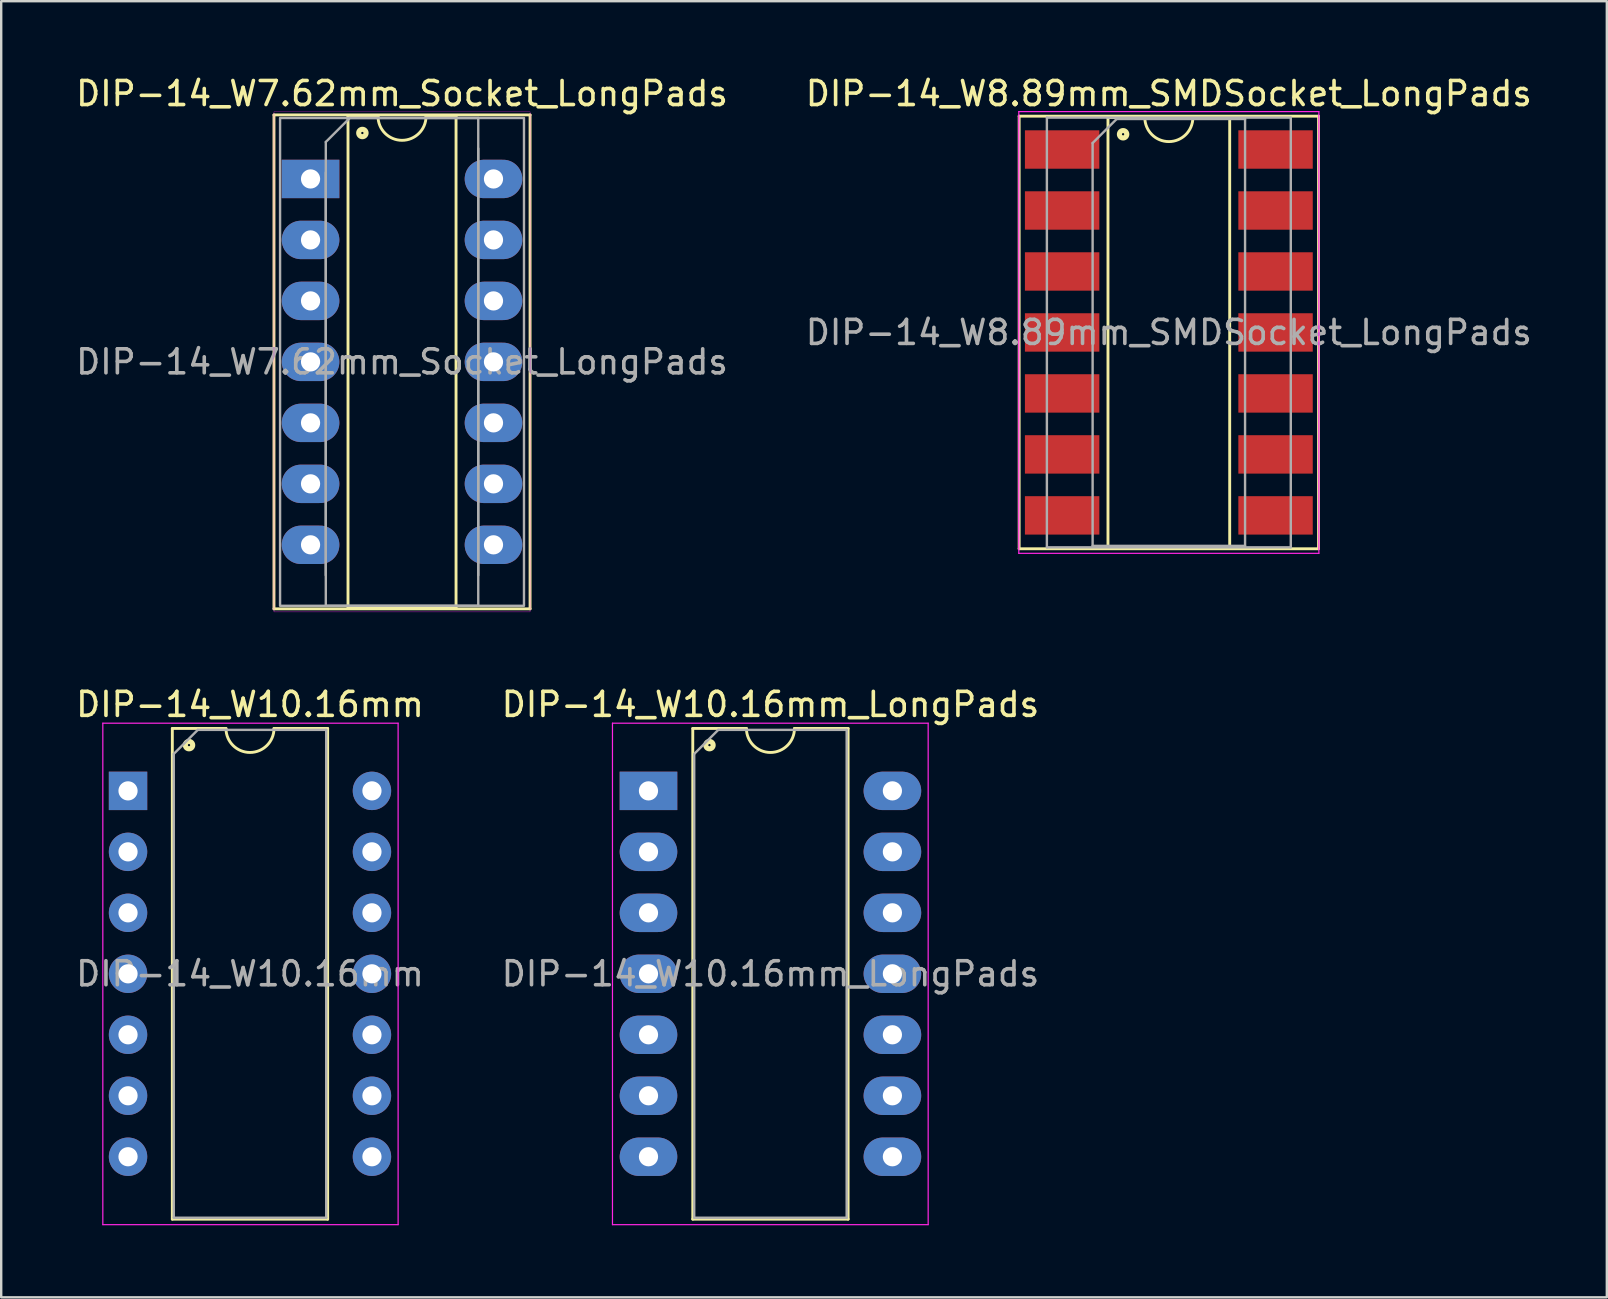
<source format=kicad_pcb>
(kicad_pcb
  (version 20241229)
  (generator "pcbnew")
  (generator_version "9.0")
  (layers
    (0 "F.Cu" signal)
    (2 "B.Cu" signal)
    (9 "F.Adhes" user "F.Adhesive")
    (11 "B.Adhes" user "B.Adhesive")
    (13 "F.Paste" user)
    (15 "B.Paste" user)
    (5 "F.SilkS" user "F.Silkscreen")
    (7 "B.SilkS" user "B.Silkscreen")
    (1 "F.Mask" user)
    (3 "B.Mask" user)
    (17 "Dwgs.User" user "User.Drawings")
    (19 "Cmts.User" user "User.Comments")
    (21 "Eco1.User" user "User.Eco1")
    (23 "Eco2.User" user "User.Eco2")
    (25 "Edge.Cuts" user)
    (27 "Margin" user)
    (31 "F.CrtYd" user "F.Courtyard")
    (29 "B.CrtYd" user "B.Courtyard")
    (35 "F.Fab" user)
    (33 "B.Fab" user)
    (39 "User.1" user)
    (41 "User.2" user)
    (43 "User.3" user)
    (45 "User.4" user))
  (footprint "DIP-14_W10.16mm_LongPads"
    (layer "F.Cu")
    (at 23.962 29.893)
    (property "Reference" "DIP-14_W10.16mm_LongPads" (at 5.08 -3.6 0) (layer "F.SilkS") (effects (font (size 1 1) (thickness 0.15))))
    (attr through_hole)
    (fp_line (start 1.845 -2.6) (end 1.845 17.84) (stroke (width 0.12) (type solid)) (layer "F.SilkS"))
    (fp_line (start 1.845 17.84) (end 8.315 17.84) (stroke (width 0.12) (type solid)) (layer "F.SilkS"))
    (fp_line (start 4.08 -2.6) (end 1.845 -2.6) (stroke (width 0.12) (type solid)) (layer "F.SilkS"))
    (fp_line (start 8.315 -2.6) (end 6.08 -2.6) (stroke (width 0.12) (type solid)) (layer "F.SilkS"))
    (fp_line (start 8.315 17.84) (end 8.315 -2.6) (stroke (width 0.12) (type solid)) (layer "F.SilkS"))
    (fp_arc (start 6.08 -2.6) (mid 5.08 -1.6) (end 4.08 -2.6) (stroke (width 0.12) (type solid)) (layer "F.SilkS"))
    (fp_circle (center 2.54 -1.905) (end 2.59 -1.905) (stroke (width 0.12) (type solid)) (fill no) (layer "F.SilkS"))
    (fp_circle (center 2.54 -1.905) (end 2.665 -1.905) (stroke (width 0.12) (type solid)) (fill no) (layer "F.SilkS"))
    (fp_circle (center 2.54 -1.905) (end 2.74 -1.905) (stroke (width 0.12) (type solid)) (fill no) (layer "F.SilkS"))
    (fp_line (start -1.5 -2.82) (end -1.5 18.07) (stroke (width 0.05) (type solid)) (layer "F.CrtYd"))
    (fp_line (start -1.5 18.07) (end 11.65 18.07) (stroke (width 0.05) (type solid)) (layer "F.CrtYd"))
    (fp_line (start 11.65 -2.82) (end -1.5 -2.82) (stroke (width 0.05) (type solid)) (layer "F.CrtYd"))
    (fp_line (start 11.65 18.07) (end 11.65 -2.82) (stroke (width 0.05) (type solid)) (layer "F.CrtYd"))
    (fp_line (start 1.905 -1.54) (end 2.905 -2.54) (stroke (width 0.1) (type solid)) (layer "F.Fab"))
    (fp_line (start 1.905 17.78) (end 1.905 -1.54) (stroke (width 0.1) (type solid)) (layer "F.Fab"))
    (fp_line (start 2.905 -2.54) (end 8.255 -2.54) (stroke (width 0.1) (type solid)) (layer "F.Fab"))
    (fp_line (start 8.255 -2.54) (end 8.255 17.78) (stroke (width 0.1) (type solid)) (layer "F.Fab"))
    (fp_line (start 8.255 17.78) (end 1.905 17.78) (stroke (width 0.1) (type solid)) (layer "F.Fab"))
    (fp_text user "${REFERENCE}" (at 5.08 7.62 0) (layer "F.Fab") (effects (font (size 1 1) (thickness 0.15))))
    (pad "1" thru_hole rect (at 0 0) (size 2.4 1.6) (drill 0.8) (layers "*.Cu" "*.Mask"))
    (pad "2" thru_hole oval (at 0 2.54) (size 2.4 1.6) (drill 0.8) (layers "*.Cu" "*.Mask"))
    (pad "3" thru_hole oval (at 0 5.08) (size 2.4 1.6) (drill 0.8) (layers "*.Cu" "*.Mask"))
    (pad "4" thru_hole oval (at 0 7.62) (size 2.4 1.6) (drill 0.8) (layers "*.Cu" "*.Mask"))
    (pad "5" thru_hole oval (at 0 10.16) (size 2.4 1.6) (drill 0.8) (layers "*.Cu" "*.Mask"))
    (pad "6" thru_hole oval (at 0 12.7) (size 2.4 1.6) (drill 0.8) (layers "*.Cu" "*.Mask"))
    (pad "7" thru_hole oval (at 0 15.24) (size 2.4 1.6) (drill 0.8) (layers "*.Cu" "*.Mask"))
    (pad "8" thru_hole oval (at 10.16 15.24) (size 2.4 1.6) (drill 0.8) (layers "*.Cu" "*.Mask"))
    (pad "9" thru_hole oval (at 10.16 12.7) (size 2.4 1.6) (drill 0.8) (layers "*.Cu" "*.Mask"))
    (pad "10" thru_hole oval (at 10.16 10.16) (size 2.4 1.6) (drill 0.8) (layers "*.Cu" "*.Mask"))
    (pad "11" thru_hole oval (at 10.16 7.62) (size 2.4 1.6) (drill 0.8) (layers "*.Cu" "*.Mask"))
    (pad "12" thru_hole oval (at 10.16 5.08) (size 2.4 1.6) (drill 0.8) (layers "*.Cu" "*.Mask"))
    (pad "13" thru_hole oval (at 10.16 2.54) (size 2.4 1.6) (drill 0.8) (layers "*.Cu" "*.Mask"))
    (pad "14" thru_hole oval (at 10.16 0) (size 2.4 1.6) (drill 0.8) (layers "*.Cu" "*.Mask")))
  (footprint "DIP-14_W8.89mm_SMDSocket_LongPads"
    (layer "F.Cu")
    (at 45.637 10.798)
    (property "Reference" "DIP-14_W8.89mm_SMDSocket_LongPads" (at 0 -9.95 0) (layer "F.SilkS") (effects (font (size 1 1) (thickness 0.15))))
    (attr smd)
    (fp_line (start -6.235 -9.01) (end -6.235 9.01) (stroke (width 0.12) (type solid)) (layer "F.SilkS"))
    (fp_line (start -6.235 9.01) (end 6.235 9.01) (stroke (width 0.12) (type solid)) (layer "F.SilkS"))
    (fp_line (start -2.535 -8.95) (end -2.535 8.95) (stroke (width 0.12) (type solid)) (layer "F.SilkS"))
    (fp_line (start -2.535 8.95) (end 2.535 8.95) (stroke (width 0.12) (type solid)) (layer "F.SilkS"))
    (fp_line (start -1 -8.95) (end -2.535 -8.95) (stroke (width 0.12) (type solid)) (layer "F.SilkS"))
    (fp_line (start 2.535 -8.95) (end 1 -8.95) (stroke (width 0.12) (type solid)) (layer "F.SilkS"))
    (fp_line (start 2.535 8.95) (end 2.535 -8.95) (stroke (width 0.12) (type solid)) (layer "F.SilkS"))
    (fp_line (start 6.235 -9.01) (end -6.235 -9.01) (stroke (width 0.12) (type solid)) (layer "F.SilkS"))
    (fp_line (start 6.235 9.01) (end 6.235 -9.01) (stroke (width 0.12) (type solid)) (layer "F.SilkS"))
    (fp_arc (start 1 -8.95) (mid 0 -7.95) (end -1 -8.95) (stroke (width 0.12) (type solid)) (layer "F.SilkS"))
    (fp_circle (center -1.905 -8.255) (end -1.855 -8.255) (stroke (width 0.12) (type solid)) (fill no) (layer "F.SilkS"))
    (fp_circle (center -1.905 -8.255) (end -1.78 -8.255) (stroke (width 0.12) (type solid)) (fill no) (layer "F.SilkS"))
    (fp_circle (center -1.905 -8.255) (end -1.705 -8.255) (stroke (width 0.12) (type solid)) (fill no) (layer "F.SilkS"))
    (fp_line (start -6.25 -9.2) (end -6.25 9.2) (stroke (width 0.05) (type solid)) (layer "F.CrtYd"))
    (fp_line (start -6.25 9.2) (end 6.25 9.2) (stroke (width 0.05) (type solid)) (layer "F.CrtYd"))
    (fp_line (start 6.25 -9.2) (end -6.25 -9.2) (stroke (width 0.05) (type solid)) (layer "F.CrtYd"))
    (fp_line (start 6.25 9.2) (end 6.25 -9.2) (stroke (width 0.05) (type solid)) (layer "F.CrtYd"))
    (fp_line (start -5.08 -8.95) (end -5.08 8.95) (stroke (width 0.1) (type solid)) (layer "F.Fab"))
    (fp_line (start -5.08 8.95) (end 5.08 8.95) (stroke (width 0.1) (type solid)) (layer "F.Fab"))
    (fp_line (start -3.175 -7.89) (end -2.175 -8.89) (stroke (width 0.1) (type solid)) (layer "F.Fab"))
    (fp_line (start -3.175 8.89) (end -3.175 -7.89) (stroke (width 0.1) (type solid)) (layer "F.Fab"))
    (fp_line (start -2.175 -8.89) (end 3.175 -8.89) (stroke (width 0.1) (type solid)) (layer "F.Fab"))
    (fp_line (start 3.175 -8.89) (end 3.175 8.89) (stroke (width 0.1) (type solid)) (layer "F.Fab"))
    (fp_line (start 3.175 8.89) (end -3.175 8.89) (stroke (width 0.1) (type solid)) (layer "F.Fab"))
    (fp_line (start 5.08 -8.95) (end -5.08 -8.95) (stroke (width 0.1) (type solid)) (layer "F.Fab"))
    (fp_line (start 5.08 8.95) (end 5.08 -8.95) (stroke (width 0.1) (type solid)) (layer "F.Fab"))
    (fp_text user "${REFERENCE}" (at 0 0 0) (layer "F.Fab") (effects (font (size 1 1) (thickness 0.15))))
    (pad "1" smd rect (at -4.445 -7.62) (size 3.1 1.6) (layers "F.Cu" "F.Mask" "F.Paste"))
    (pad "2" smd rect (at -4.445 -5.08) (size 3.1 1.6) (layers "F.Cu" "F.Mask" "F.Paste"))
    (pad "3" smd rect (at -4.445 -2.54) (size 3.1 1.6) (layers "F.Cu" "F.Mask" "F.Paste"))
    (pad "4" smd rect (at -4.445 0) (size 3.1 1.6) (layers "F.Cu" "F.Mask" "F.Paste"))
    (pad "5" smd rect (at -4.445 2.54) (size 3.1 1.6) (layers "F.Cu" "F.Mask" "F.Paste"))
    (pad "6" smd rect (at -4.445 5.08) (size 3.1 1.6) (layers "F.Cu" "F.Mask" "F.Paste"))
    (pad "7" smd rect (at -4.445 7.62) (size 3.1 1.6) (layers "F.Cu" "F.Mask" "F.Paste"))
    (pad "8" smd rect (at 4.445 7.62) (size 3.1 1.6) (layers "F.Cu" "F.Mask" "F.Paste"))
    (pad "9" smd rect (at 4.445 5.08) (size 3.1 1.6) (layers "F.Cu" "F.Mask" "F.Paste"))
    (pad "10" smd rect (at 4.445 2.54) (size 3.1 1.6) (layers "F.Cu" "F.Mask" "F.Paste"))
    (pad "11" smd rect (at 4.445 0) (size 3.1 1.6) (layers "F.Cu" "F.Mask" "F.Paste"))
    (pad "12" smd rect (at 4.445 -2.54) (size 3.1 1.6) (layers "F.Cu" "F.Mask" "F.Paste"))
    (pad "13" smd rect (at 4.445 -5.08) (size 3.1 1.6) (layers "F.Cu" "F.Mask" "F.Paste"))
    (pad "14" smd rect (at 4.445 -7.62) (size 3.1 1.6) (layers "F.Cu" "F.Mask" "F.Paste")))
  (footprint "DIP-14_W10.16mm"
    (layer "F.Cu")
    (at 2.283 29.893)
    (property "Reference" "DIP-14_W10.16mm" (at 5.08 -3.6 0) (layer "F.SilkS") (effects (font (size 1 1) (thickness 0.15))))
    (attr through_hole)
    (fp_line (start 1.845 -2.6) (end 1.845 17.84) (stroke (width 0.12) (type solid)) (layer "F.SilkS"))
    (fp_line (start 1.845 17.84) (end 8.315 17.84) (stroke (width 0.12) (type solid)) (layer "F.SilkS"))
    (fp_line (start 4.08 -2.6) (end 1.845 -2.6) (stroke (width 0.12) (type solid)) (layer "F.SilkS"))
    (fp_line (start 8.315 -2.6) (end 6.08 -2.6) (stroke (width 0.12) (type solid)) (layer "F.SilkS"))
    (fp_line (start 8.315 17.84) (end 8.315 -2.6) (stroke (width 0.12) (type solid)) (layer "F.SilkS"))
    (fp_arc (start 6.08 -2.6) (mid 5.08 -1.6) (end 4.08 -2.6) (stroke (width 0.12) (type solid)) (layer "F.SilkS"))
    (fp_circle (center 2.54 -1.905) (end 2.59 -1.905) (stroke (width 0.12) (type solid)) (fill no) (layer "F.SilkS"))
    (fp_circle (center 2.54 -1.905) (end 2.665 -1.905) (stroke (width 0.12) (type solid)) (fill no) (layer "F.SilkS"))
    (fp_circle (center 2.54 -1.905) (end 2.74 -1.905) (stroke (width 0.12) (type solid)) (fill no) (layer "F.SilkS"))
    (fp_line (start -1.05 -2.82) (end -1.05 18.07) (stroke (width 0.05) (type solid)) (layer "F.CrtYd"))
    (fp_line (start -1.05 18.07) (end 11.25 18.07) (stroke (width 0.05) (type solid)) (layer "F.CrtYd"))
    (fp_line (start 11.25 -2.82) (end -1.05 -2.82) (stroke (width 0.05) (type solid)) (layer "F.CrtYd"))
    (fp_line (start 11.25 18.07) (end 11.25 -2.82) (stroke (width 0.05) (type solid)) (layer "F.CrtYd"))
    (fp_line (start 1.905 -1.54) (end 2.905 -2.54) (stroke (width 0.1) (type solid)) (layer "F.Fab"))
    (fp_line (start 1.905 17.78) (end 1.905 -1.54) (stroke (width 0.1) (type solid)) (layer "F.Fab"))
    (fp_line (start 2.905 -2.54) (end 8.255 -2.54) (stroke (width 0.1) (type solid)) (layer "F.Fab"))
    (fp_line (start 8.255 -2.54) (end 8.255 17.78) (stroke (width 0.1) (type solid)) (layer "F.Fab"))
    (fp_line (start 8.255 17.78) (end 1.905 17.78) (stroke (width 0.1) (type solid)) (layer "F.Fab"))
    (fp_text user "${REFERENCE}" (at 5.08 7.62 0) (layer "F.Fab") (effects (font (size 1 1) (thickness 0.15))))
    (pad "1" thru_hole rect (at 0 0) (size 1.6 1.6) (drill 0.8) (layers "*.Cu" "*.Mask"))
    (pad "2" thru_hole oval (at 0 2.54) (size 1.6 1.6) (drill 0.8) (layers "*.Cu" "*.Mask"))
    (pad "3" thru_hole oval (at 0 5.08) (size 1.6 1.6) (drill 0.8) (layers "*.Cu" "*.Mask"))
    (pad "4" thru_hole oval (at 0 7.62) (size 1.6 1.6) (drill 0.8) (layers "*.Cu" "*.Mask"))
    (pad "5" thru_hole oval (at 0 10.16) (size 1.6 1.6) (drill 0.8) (layers "*.Cu" "*.Mask"))
    (pad "6" thru_hole oval (at 0 12.7) (size 1.6 1.6) (drill 0.8) (layers "*.Cu" "*.Mask"))
    (pad "7" thru_hole oval (at 0 15.24) (size 1.6 1.6) (drill 0.8) (layers "*.Cu" "*.Mask"))
    (pad "8" thru_hole oval (at 10.16 15.24) (size 1.6 1.6) (drill 0.8) (layers "*.Cu" "*.Mask"))
    (pad "9" thru_hole oval (at 10.16 12.7) (size 1.6 1.6) (drill 0.8) (layers "*.Cu" "*.Mask"))
    (pad "10" thru_hole oval (at 10.16 10.16) (size 1.6 1.6) (drill 0.8) (layers "*.Cu" "*.Mask"))
    (pad "11" thru_hole oval (at 10.16 7.62) (size 1.6 1.6) (drill 0.8) (layers "*.Cu" "*.Mask"))
    (pad "12" thru_hole oval (at 10.16 5.08) (size 1.6 1.6) (drill 0.8) (layers "*.Cu" "*.Mask"))
    (pad "13" thru_hole oval (at 10.16 2.54) (size 1.6 1.6) (drill 0.8) (layers "*.Cu" "*.Mask"))
    (pad "14" thru_hole oval (at 10.16 0) (size 1.6 1.6) (drill 0.8) (layers "*.Cu" "*.Mask")))
  (footprint "DIP-14_W7.62mm_Socket_LongPads"
    (layer "F.Cu")
    (at 9.886 4.404)
    (property "Reference" "DIP-14_W7.62mm_Socket_LongPads" (at 3.81 -3.556 0) (layer "F.SilkS") (effects (font (size 1 1) (thickness 0.15))))
    (attr through_hole)
    (fp_line (start -1.524 -2.667) (end -1.524 17.907) (stroke (width 0.12) (type solid)) (layer "F.SilkS"))
    (fp_line (start -1.524 17.907) (end 9.144 17.907) (stroke (width 0.12) (type solid)) (layer "F.SilkS"))
    (fp_line (start 1.56 -2.609) (end 1.56 17.831) (stroke (width 0.12) (type solid)) (layer "F.SilkS"))
    (fp_line (start 1.56 17.831) (end 6.06 17.831) (stroke (width 0.12) (type solid)) (layer "F.SilkS"))
    (fp_line (start 2.81 -2.609) (end 1.56 -2.609) (stroke (width 0.12) (type solid)) (layer "F.SilkS"))
    (fp_line (start 6.06 -2.609) (end 4.81 -2.609) (stroke (width 0.12) (type solid)) (layer "F.SilkS"))
    (fp_line (start 6.06 17.831) (end 6.06 -2.609) (stroke (width 0.12) (type solid)) (layer "F.SilkS"))
    (fp_line (start 9.144 -2.667) (end -1.524 -2.667) (stroke (width 0.12) (type solid)) (layer "F.SilkS"))
    (fp_line (start 9.144 17.907) (end 9.144 -2.667) (stroke (width 0.12) (type solid)) (layer "F.SilkS"))
    (fp_arc (start 4.81 -2.6092) (mid 3.81 -1.6092) (end 2.81 -2.6092) (stroke (width 0.12) (type solid)) (layer "F.SilkS"))
    (fp_circle (center 2.159 -1.914) (end 2.209 -1.914) (stroke (width 0.12) (type solid)) (fill no) (layer "F.SilkS"))
    (fp_circle (center 2.159 -1.914) (end 2.284 -1.914) (stroke (width 0.12) (type solid)) (fill no) (layer "F.SilkS"))
    (fp_circle (center 2.159 -1.914) (end 2.359 -1.914) (stroke (width 0.12) (type solid)) (fill no) (layer "F.SilkS"))
    (fp_rect (start -1.524 -2.794) (end 9.144 18.034) (stroke (width 0.013) (type solid)) (fill no) (layer "F.CrtYd"))
    (fp_line (start 0.635 -1.54) (end 1.635 -2.54) (stroke (width 0.1) (type solid)) (layer "F.Fab"))
    (fp_line (start 0.635 16.51) (end 0.635 -0.27) (stroke (width 0.1) (type solid)) (layer "F.Fab"))
    (fp_line (start 0.635 17.78) (end 0.635 -1.54) (stroke (width 0.1) (type solid)) (layer "F.Fab"))
    (fp_line (start 1.635 -2.54) (end 6.985 -2.54) (stroke (width 0.1) (type solid)) (layer "F.Fab"))
    (fp_line (start 6.985 -2.54) (end 6.985 17.78) (stroke (width 0.1) (type solid)) (layer "F.Fab"))
    (fp_line (start 6.985 -1.27) (end 6.985 16.51) (stroke (width 0.1) (type solid)) (layer "F.Fab"))
    (fp_line (start 6.985 17.78) (end 0.635 17.78) (stroke (width 0.1) (type solid)) (layer "F.Fab"))
    (fp_rect (start -1.27 -2.54) (end 8.89 17.78) (stroke (width 0.1) (type solid)) (fill no) (layer "F.Fab"))
    (fp_text user "${REFERENCE}" (at 3.81 7.62 0) (layer "F.Fab") (effects (font (size 1 1) (thickness 0.15))))
    (pad "1" thru_hole rect (at 0 0) (size 2.4 1.6) (drill 0.8) (layers "*.Cu" "*.Mask"))
    (pad "2" thru_hole oval (at 0 2.54) (size 2.4 1.6) (drill 0.8) (layers "*.Cu" "*.Mask"))
    (pad "3" thru_hole oval (at 0 5.08) (size 2.4 1.6) (drill 0.8) (layers "*.Cu" "*.Mask"))
    (pad "4" thru_hole oval (at 0 7.62) (size 2.4 1.6) (drill 0.8) (layers "*.Cu" "*.Mask"))
    (pad "5" thru_hole oval (at 0 10.16) (size 2.4 1.6) (drill 0.8) (layers "*.Cu" "*.Mask"))
    (pad "6" thru_hole oval (at 0 12.7) (size 2.4 1.6) (drill 0.8) (layers "*.Cu" "*.Mask"))
    (pad "7" thru_hole oval (at 0 15.24) (size 2.4 1.6) (drill 0.8) (layers "*.Cu" "*.Mask"))
    (pad "8" thru_hole oval (at 7.62 15.24) (size 2.4 1.6) (drill 0.8) (layers "*.Cu" "*.Mask"))
    (pad "9" thru_hole oval (at 7.62 12.7) (size 2.4 1.6) (drill 0.8) (layers "*.Cu" "*.Mask"))
    (pad "10" thru_hole oval (at 7.62 10.16) (size 2.4 1.6) (drill 0.8) (layers "*.Cu" "*.Mask"))
    (pad "11" thru_hole oval (at 7.62 7.62) (size 2.4 1.6) (drill 0.8) (layers "*.Cu" "*.Mask"))
    (pad "12" thru_hole oval (at 7.62 5.08) (size 2.4 1.6) (drill 0.8) (layers "*.Cu" "*.Mask"))
    (pad "13" thru_hole oval (at 7.62 2.54) (size 2.4 1.6) (drill 0.8) (layers "*.Cu" "*.Mask"))
    (pad "14" thru_hole oval (at 7.62 0) (size 2.4 1.6) (drill 0.8) (layers "*.Cu" "*.Mask")))
  (gr_rect
    (start -3 -3)
    (end 63.881 50.988)
    (stroke (width 0.1) (type default))
    (fill no)
    (layer "Edge.Cuts")))
</source>
